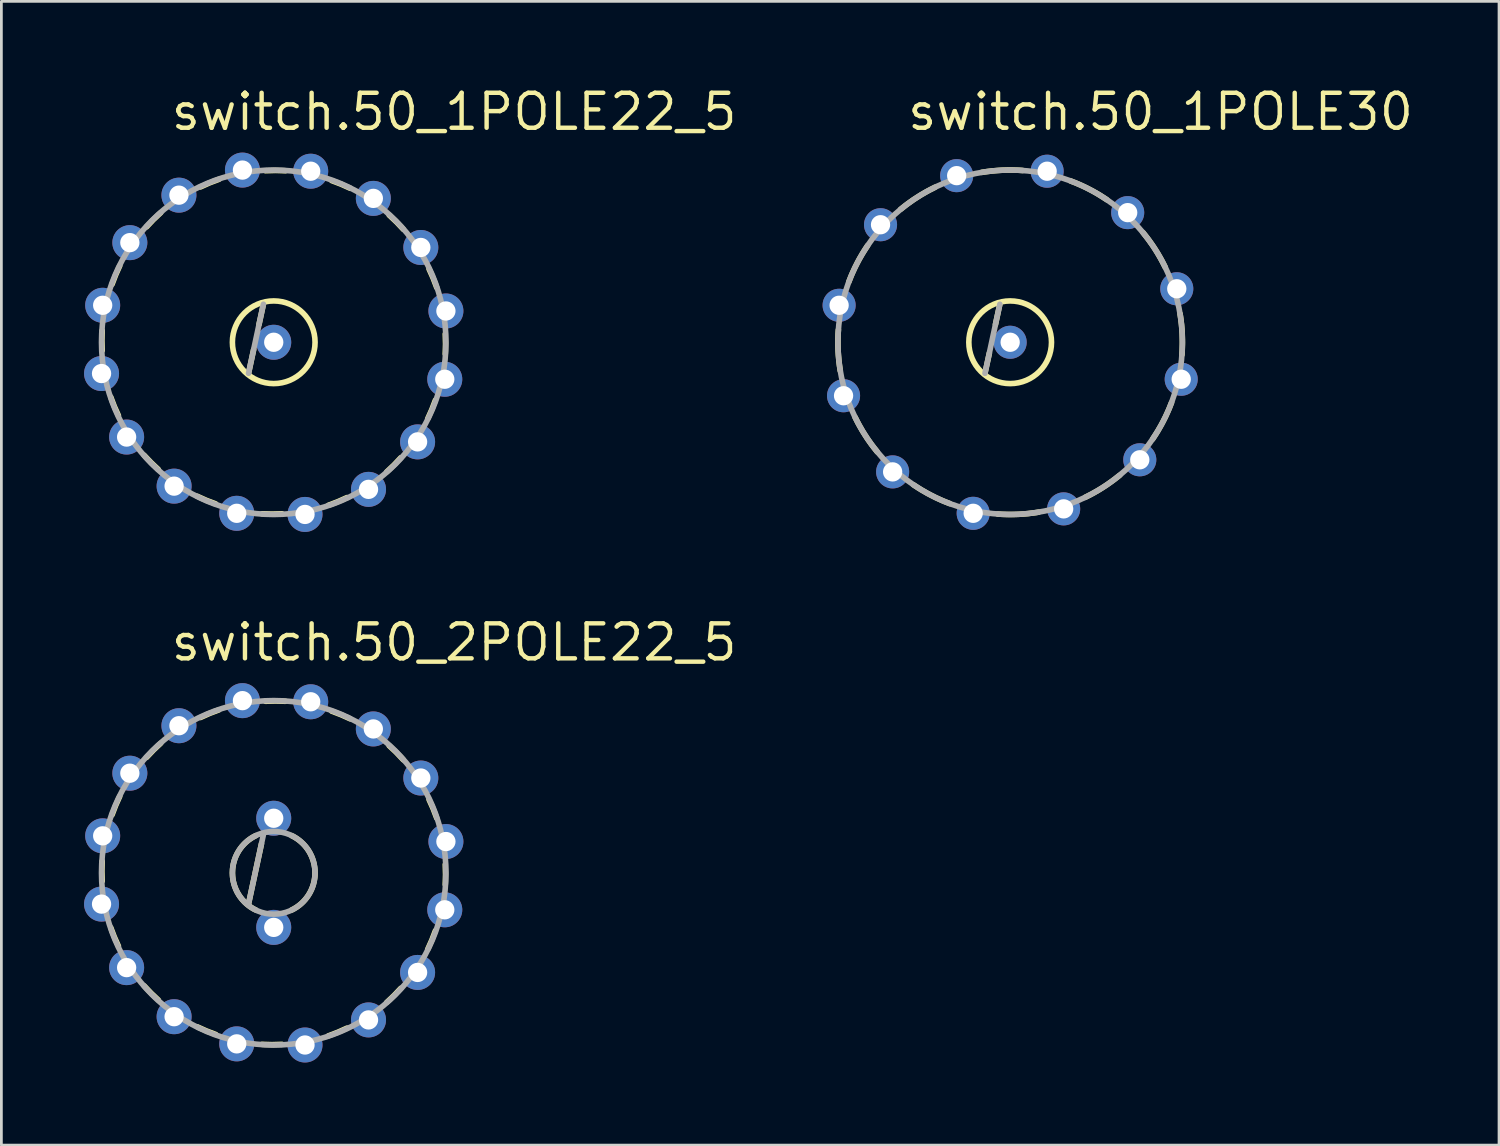
<source format=kicad_pcb>
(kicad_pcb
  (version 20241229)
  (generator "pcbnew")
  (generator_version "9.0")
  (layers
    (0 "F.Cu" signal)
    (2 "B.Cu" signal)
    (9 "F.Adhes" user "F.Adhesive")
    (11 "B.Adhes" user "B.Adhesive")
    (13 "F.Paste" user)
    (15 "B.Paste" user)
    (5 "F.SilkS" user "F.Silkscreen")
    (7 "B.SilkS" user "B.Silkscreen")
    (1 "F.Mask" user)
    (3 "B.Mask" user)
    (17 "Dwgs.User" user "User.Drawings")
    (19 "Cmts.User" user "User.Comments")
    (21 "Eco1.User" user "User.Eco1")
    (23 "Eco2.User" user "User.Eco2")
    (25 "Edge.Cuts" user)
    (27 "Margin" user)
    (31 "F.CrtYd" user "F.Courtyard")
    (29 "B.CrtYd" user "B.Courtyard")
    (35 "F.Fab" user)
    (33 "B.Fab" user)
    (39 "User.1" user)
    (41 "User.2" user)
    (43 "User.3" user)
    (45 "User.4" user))
  (footprint "switch.50_1POLE22_5"
    (layer "F.Cu")
    (at 6.883 9.37)
    (property "Reference" "switch.50_1POLE22_5" (at -3.81 -7.62 0) (layer "F.SilkS") (effects (font (size 1.27 1.27) (thickness 0.16)) (justify left bottom)))
    (attr through_hole)
    (fp_line (start -0.914 1.127) (end -0.73 0.27) (stroke (width 0.203) (type default)) (layer "F.SilkS"))
    (fp_line (start -0.534 -0.648) (end -0.375 -1.38) (stroke (width 0.203) (type default)) (layer "F.SilkS"))
    (fp_arc (start -6.225 0.3) (mid -6.235546 -0.0625) (end -6.225 -0.425) (stroke (width 0.2032) (type default)) (layer "F.SilkS"))
    (fp_arc (start -5.8659 -2.105) (mid -5.736943 -2.443935) (end -5.5885 -2.7748) (stroke (width 0.2032) (type default)) (layer "F.SilkS"))
    (fp_arc (start -5.6363 2.6593) (mid -5.784743 2.328435) (end -5.9137 1.9895) (stroke (width 0.2032) (type default)) (layer "F.SilkS"))
    (fp_arc (start -4.6138 -4.1896) (mid -4.364955 -4.453355) (end -4.1012 -4.7022) (stroke (width 0.2032) (type default)) (layer "F.SilkS"))
    (fp_arc (start -4.1896 4.6138) (mid -4.453355 4.364955) (end -4.7022 4.1012) (stroke (width 0.2032) (type default)) (layer "F.SilkS"))
    (fp_arc (start -2.6593 -5.6363) (mid -2.328435 -5.784743) (end -1.9895 -5.9137) (stroke (width 0.2032) (type default)) (layer "F.SilkS"))
    (fp_arc (start -2.105 5.8659) (mid -2.443935 5.736943) (end -2.7748 5.5885) (stroke (width 0.2032) (type default)) (layer "F.SilkS"))
    (fp_arc (start -0.3 -6.225) (mid 0.0625 -6.235546) (end 0.425 -6.225) (stroke (width 0.2032) (type default)) (layer "F.SilkS"))
    (fp_arc (start 0.3 6.225) (mid -0.0625 6.235546) (end -0.425 6.225) (stroke (width 0.2032) (type default)) (layer "F.SilkS"))
    (fp_arc (start 2.105 -5.8659) (mid 2.443935 -5.736943) (end 2.7748 -5.5885) (stroke (width 0.2032) (type default)) (layer "F.SilkS"))
    (fp_arc (start 2.6593 5.6363) (mid 2.328435 5.784743) (end 1.9895 5.9137) (stroke (width 0.2032) (type default)) (layer "F.SilkS"))
    (fp_arc (start 4.1896 -4.6138) (mid 4.453355 -4.364955) (end 4.7022 -4.1012) (stroke (width 0.2032) (type default)) (layer "F.SilkS"))
    (fp_arc (start 4.6138 4.1896) (mid 4.364955 4.453355) (end 4.1012 4.7022) (stroke (width 0.2032) (type default)) (layer "F.SilkS"))
    (fp_arc (start 5.6363 -2.6593) (mid 5.784743 -2.328435) (end 5.9137 -1.9895) (stroke (width 0.2032) (type default)) (layer "F.SilkS"))
    (fp_arc (start 5.8659 2.105) (mid 5.736943 2.443935) (end 5.5885 2.7748) (stroke (width 0.2032) (type default)) (layer "F.SilkS"))
    (fp_arc (start 6.225 -0.3) (mid 6.235546 0.0625) (end 6.225 0.425) (stroke (width 0.2032) (type default)) (layer "F.SilkS"))
    (fp_circle (center 0 0) (end 1.5 0) (stroke (width 0.203) (type default)) (fill no) (layer "F.SilkS"))
    (fp_line (start -0.914 1.127) (end -0.375 -1.38) (stroke (width 0.203) (type default)) (layer "F.Fab"))
    (fp_circle (center 0 0) (end 6.25 0) (stroke (width 0.203) (type default)) (fill no) (layer "F.Fab"))
    (pad "1" thru_hole circle (at 6.207 1.342 347.8) (size 1.27 1.27) (drill 0.7) (layers "*.Cu" "*.Mask"))
    (pad "2" thru_hole circle (at 5.221 3.615 325.3) (size 1.27 1.27) (drill 0.7) (layers "*.Cu" "*.Mask"))
    (pad "3" thru_hole circle (at 3.44 5.338 302.8) (size 1.27 1.27) (drill 0.7) (layers "*.Cu" "*.Mask"))
    (pad "4" thru_hole circle (at 1.135 6.248 280.3) (size 1.27 1.27) (drill 0.7) (layers "*.Cu" "*.Mask"))
    (pad "5" thru_hole circle (at -1.342 6.207 257.8) (size 1.27 1.27) (drill 0.7) (layers "*.Cu" "*.Mask"))
    (pad "6" thru_hole circle (at -3.615 5.221 235.3) (size 1.27 1.27) (drill 0.7) (layers "*.Cu" "*.Mask"))
    (pad "7" thru_hole circle (at -5.338 3.44 212.8) (size 1.27 1.27) (drill 0.7) (layers "*.Cu" "*.Mask"))
    (pad "8" thru_hole circle (at -6.248 1.135 190.3) (size 1.27 1.27) (drill 0.7) (layers "*.Cu" "*.Mask"))
    (pad "9" thru_hole circle (at -6.207 -1.342 167.8) (size 1.27 1.27) (drill 0.7) (layers "*.Cu" "*.Mask"))
    (pad "10" thru_hole circle (at -5.221 -3.615 145.3) (size 1.27 1.27) (drill 0.7) (layers "*.Cu" "*.Mask"))
    (pad "11" thru_hole circle (at -3.44 -5.338 122.8) (size 1.27 1.27) (drill 0.7) (layers "*.Cu" "*.Mask"))
    (pad "12" thru_hole circle (at -1.135 -6.248 100.3) (size 1.27 1.27) (drill 0.7) (layers "*.Cu" "*.Mask"))
    (pad "13" thru_hole circle (at 1.342 -6.207 77.8) (size 1.27 1.27) (drill 0.7) (layers "*.Cu" "*.Mask"))
    (pad "14" thru_hole circle (at 3.615 -5.221 55.3) (size 1.27 1.27) (drill 0.7) (layers "*.Cu" "*.Mask"))
    (pad "15" thru_hole circle (at 5.338 -3.44 32.8) (size 1.27 1.27) (drill 0.7) (layers "*.Cu" "*.Mask"))
    (pad "16" thru_hole circle (at 6.248 -1.135 10.3) (size 1.27 1.27) (drill 0.7) (layers "*.Cu" "*.Mask"))
    (pad "C1" thru_hole circle (at 0 0) (size 1.27 1.27) (drill 0.7) (layers "*.Cu" "*.Mask")))
  (footprint "switch.50_1POLE30"
    (layer "F.Cu")
    (at 33.607 9.37)
    (property "Reference" "switch.50_1POLE30" (at -3.81 -7.62 0) (layer "F.SilkS") (effects (font (size 1.27 1.27) (thickness 0.16)) (justify left bottom)))
    (attr through_hole)
    (fp_line (start -0.914 1.127) (end -0.755 0.395) (stroke (width 0.203) (type default)) (layer "F.SilkS"))
    (fp_line (start -0.534 -0.648) (end -0.375 -1.38) (stroke (width 0.203) (type default)) (layer "F.SilkS"))
    (fp_arc (start -6.166 1.0299) (mid -6.244069 0.29072) (end -6.2338 -0.4525) (stroke (width 0.2032) (type default)) (layer "F.SilkS"))
    (fp_arc (start -5.8549 -2.191) (mid -5.552917 -2.870237) (end -5.1724 -3.5088) (stroke (width 0.2032) (type default)) (layer "F.SilkS"))
    (fp_arc (start -4.825 3.975) (mid -5.262248 3.373838) (end -5.625 2.725) (stroke (width 0.2032) (type default)) (layer "F.SilkS"))
    (fp_arc (start -3.975 -4.825) (mid -3.373838 -5.262248) (end -2.725 -5.625) (stroke (width 0.2032) (type default)) (layer "F.SilkS"))
    (fp_arc (start -2.191 5.8549) (mid -2.870237 5.552917) (end -3.5088 5.1724) (stroke (width 0.2032) (type default)) (layer "F.SilkS"))
    (fp_arc (start -1.0299 -6.166) (mid -0.29072 -6.244074) (end 0.4525 -6.2338) (stroke (width 0.2032) (type default)) (layer "F.SilkS"))
    (fp_arc (start 1.0299 6.166) (mid 0.29072 6.244074) (end -0.4525 6.2338) (stroke (width 0.2032) (type default)) (layer "F.SilkS"))
    (fp_arc (start 2.191 -5.8549) (mid 2.870237 -5.552917) (end 3.5088 -5.1724) (stroke (width 0.2032) (type default)) (layer "F.SilkS"))
    (fp_arc (start 3.975 4.825) (mid 3.373838 5.262248) (end 2.725 5.625) (stroke (width 0.2032) (type default)) (layer "F.SilkS"))
    (fp_arc (start 4.825 -3.975) (mid 5.262248 -3.373838) (end 5.625 -2.725) (stroke (width 0.2032) (type default)) (layer "F.SilkS"))
    (fp_arc (start 5.8549 2.191) (mid 5.552917 2.870237) (end 5.1724 3.5088) (stroke (width 0.2032) (type default)) (layer "F.SilkS"))
    (fp_arc (start 6.166 -1.0299) (mid 6.244069 -0.29072) (end 6.2338 0.4525) (stroke (width 0.2032) (type default)) (layer "F.SilkS"))
    (fp_circle (center 0 0) (end 1.5 0) (stroke (width 0.203) (type default)) (fill no) (layer "F.SilkS"))
    (fp_line (start -0.914 1.127) (end -0.375 -1.38) (stroke (width 0.203) (type default)) (layer "F.Fab"))
    (fp_circle (center 0 0) (end 6.25 0) (stroke (width 0.203) (type default)) (fill no) (layer "F.Fab"))
    (pad "1" thru_hole circle (at 6.207 1.342 347.8) (size 1.2 1.2) (drill 0.7) (layers "*.Cu" "*.Mask"))
    (pad "2" thru_hole circle (at 4.704 4.265 317.8) (size 1.2 1.2) (drill 0.7) (layers "*.Cu" "*.Mask"))
    (pad "3" thru_hole circle (at 1.941 6.046 287.8) (size 1.2 1.2) (drill 0.7) (layers "*.Cu" "*.Mask"))
    (pad "4" thru_hole circle (at -1.342 6.207 257.8) (size 1.2 1.2) (drill 0.7) (layers "*.Cu" "*.Mask"))
    (pad "5" thru_hole circle (at -4.265 4.704 227.8) (size 1.2 1.2) (drill 0.7) (layers "*.Cu" "*.Mask"))
    (pad "6" thru_hole circle (at -6.046 1.941 197.8) (size 1.2 1.2) (drill 0.7) (layers "*.Cu" "*.Mask"))
    (pad "7" thru_hole circle (at -6.207 -1.342 167.8) (size 1.2 1.2) (drill 0.7) (layers "*.Cu" "*.Mask"))
    (pad "8" thru_hole circle (at -4.704 -4.265 137.8) (size 1.2 1.2) (drill 0.7) (layers "*.Cu" "*.Mask"))
    (pad "9" thru_hole circle (at -1.941 -6.046 107.8) (size 1.2 1.2) (drill 0.7) (layers "*.Cu" "*.Mask"))
    (pad "10" thru_hole circle (at 1.342 -6.207 77.8) (size 1.2 1.2) (drill 0.7) (layers "*.Cu" "*.Mask"))
    (pad "11" thru_hole circle (at 4.265 -4.704 47.8) (size 1.2 1.2) (drill 0.7) (layers "*.Cu" "*.Mask"))
    (pad "12" thru_hole circle (at 6.046 -1.941 17.8) (size 1.2 1.2) (drill 0.7) (layers "*.Cu" "*.Mask"))
    (pad "C" thru_hole circle (at 0 0) (size 1.2 1.2) (drill 0.7) (layers "*.Cu" "*.Mask")))
  (footprint "switch.50_2POLE22_5"
    (layer "F.Cu")
    (at 6.883 28.623)
    (property "Reference" "switch.50_2POLE22_5" (at -3.81 -7.62 0) (layer "F.SilkS") (effects (font (size 1.27 1.27) (thickness 0.16)) (justify left bottom)))
    (attr through_hole)
    (fp_line (start -0.914 1.127) (end -0.445 -1.055) (stroke (width 0.203) (type default)) (layer "F.SilkS"))
    (fp_arc (start -6.225 0.3) (mid -6.235546 -0.0625) (end -6.225 -0.425) (stroke (width 0.2032) (type default)) (layer "F.SilkS"))
    (fp_arc (start -5.8659 -2.105) (mid -5.736943 -2.443935) (end -5.5885 -2.7748) (stroke (width 0.2032) (type default)) (layer "F.SilkS"))
    (fp_arc (start -5.6363 2.6593) (mid -5.784743 2.328435) (end -5.9137 1.9895) (stroke (width 0.2032) (type default)) (layer "F.SilkS"))
    (fp_arc (start -4.6138 -4.1896) (mid -4.364955 -4.453355) (end -4.1012 -4.7022) (stroke (width 0.2032) (type default)) (layer "F.SilkS"))
    (fp_arc (start -4.1896 4.6138) (mid -4.453355 4.364955) (end -4.7022 4.1012) (stroke (width 0.2032) (type default)) (layer "F.SilkS"))
    (fp_arc (start -2.6593 -5.6363) (mid -2.328435 -5.784743) (end -1.9895 -5.9137) (stroke (width 0.2032) (type default)) (layer "F.SilkS"))
    (fp_arc (start -2.105 5.8659) (mid -2.443935 5.736943) (end -2.7748 5.5885) (stroke (width 0.2032) (type default)) (layer "F.SilkS"))
    (fp_arc (start -0.65 1.35) (mid -1.498332 0) (end -0.65 -1.35) (stroke (width 0.2032) (type default)) (layer "F.SilkS"))
    (fp_arc (start -0.3 -6.225) (mid 0.0625 -6.235546) (end 0.425 -6.225) (stroke (width 0.2032) (type default)) (layer "F.SilkS"))
    (fp_arc (start 0.3 6.225) (mid -0.0625 6.235546) (end -0.425 6.225) (stroke (width 0.2032) (type default)) (layer "F.SilkS"))
    (fp_arc (start 0.65 -1.35) (mid 1.498332 0) (end 0.65 1.35) (stroke (width 0.2032) (type default)) (layer "F.SilkS"))
    (fp_arc (start 2.105 -5.8659) (mid 2.443935 -5.736943) (end 2.7748 -5.5885) (stroke (width 0.2032) (type default)) (layer "F.SilkS"))
    (fp_arc (start 2.6593 5.6363) (mid 2.328435 5.784743) (end 1.9895 5.9137) (stroke (width 0.2032) (type default)) (layer "F.SilkS"))
    (fp_arc (start 4.1896 -4.6138) (mid 4.453355 -4.364955) (end 4.7022 -4.1012) (stroke (width 0.2032) (type default)) (layer "F.SilkS"))
    (fp_arc (start 4.6138 4.1896) (mid 4.364955 4.453355) (end 4.1012 4.7022) (stroke (width 0.2032) (type default)) (layer "F.SilkS"))
    (fp_arc (start 5.6363 -2.6593) (mid 5.784743 -2.328435) (end 5.9137 -1.9895) (stroke (width 0.2032) (type default)) (layer "F.SilkS"))
    (fp_arc (start 5.8659 2.105) (mid 5.736943 2.443935) (end 5.5885 2.7748) (stroke (width 0.2032) (type default)) (layer "F.SilkS"))
    (fp_arc (start 6.225 -0.3) (mid 6.235546 0.0625) (end 6.225 0.425) (stroke (width 0.2032) (type default)) (layer "F.SilkS"))
    (fp_line (start -0.914 1.127) (end -0.375 -1.38) (stroke (width 0.203) (type default)) (layer "F.Fab"))
    (fp_circle (center 0 0) (end 1.5 0) (stroke (width 0.203) (type default)) (fill no) (layer "F.Fab"))
    (fp_circle (center 0 0) (end 6.25 0) (stroke (width 0.203) (type default)) (fill no) (layer "F.Fab"))
    (pad "1" thru_hole circle (at 6.207 1.342 347.8) (size 1.27 1.27) (drill 0.7) (layers "*.Cu" "*.Mask"))
    (pad "2" thru_hole circle (at 5.221 3.615 325.3) (size 1.27 1.27) (drill 0.7) (layers "*.Cu" "*.Mask"))
    (pad "3" thru_hole circle (at 3.44 5.338 302.8) (size 1.27 1.27) (drill 0.7) (layers "*.Cu" "*.Mask"))
    (pad "4" thru_hole circle (at 1.135 6.248 280.3) (size 1.27 1.27) (drill 0.7) (layers "*.Cu" "*.Mask"))
    (pad "5" thru_hole circle (at -1.342 6.207 257.8) (size 1.27 1.27) (drill 0.7) (layers "*.Cu" "*.Mask"))
    (pad "6" thru_hole circle (at -3.615 5.221 235.3) (size 1.27 1.27) (drill 0.7) (layers "*.Cu" "*.Mask"))
    (pad "7" thru_hole circle (at -5.338 3.44 212.8) (size 1.27 1.27) (drill 0.7) (layers "*.Cu" "*.Mask"))
    (pad "8" thru_hole circle (at -6.248 1.135 190.3) (size 1.27 1.27) (drill 0.7) (layers "*.Cu" "*.Mask"))
    (pad "9" thru_hole circle (at -6.207 -1.342 167.8) (size 1.27 1.27) (drill 0.7) (layers "*.Cu" "*.Mask"))
    (pad "10" thru_hole circle (at -5.221 -3.615 145.3) (size 1.27 1.27) (drill 0.7) (layers "*.Cu" "*.Mask"))
    (pad "11" thru_hole circle (at -3.44 -5.338 122.8) (size 1.27 1.27) (drill 0.7) (layers "*.Cu" "*.Mask"))
    (pad "12" thru_hole circle (at -1.135 -6.248 100.3) (size 1.27 1.27) (drill 0.7) (layers "*.Cu" "*.Mask"))
    (pad "13" thru_hole circle (at 1.342 -6.207 77.8) (size 1.27 1.27) (drill 0.7) (layers "*.Cu" "*.Mask"))
    (pad "14" thru_hole circle (at 3.615 -5.221 55.3) (size 1.27 1.27) (drill 0.7) (layers "*.Cu" "*.Mask"))
    (pad "15" thru_hole circle (at 5.338 -3.44 32.8) (size 1.27 1.27) (drill 0.7) (layers "*.Cu" "*.Mask"))
    (pad "16" thru_hole circle (at 6.248 -1.135 10.3) (size 1.27 1.27) (drill 0.7) (layers "*.Cu" "*.Mask"))
    (pad "C1" thru_hole circle (at 0 1.98) (size 1.27 1.27) (drill 0.7) (layers "*.Cu" "*.Mask"))
    (pad "C2" thru_hole circle (at 0 -1.98) (size 1.27 1.27) (drill 0.7) (layers "*.Cu" "*.Mask")))
  (gr_rect
    (start -3 -3)
    (end 51.347 38.505)
    (stroke (width 0.1) (type default))
    (fill no)
    (layer "Edge.Cuts")))
</source>
